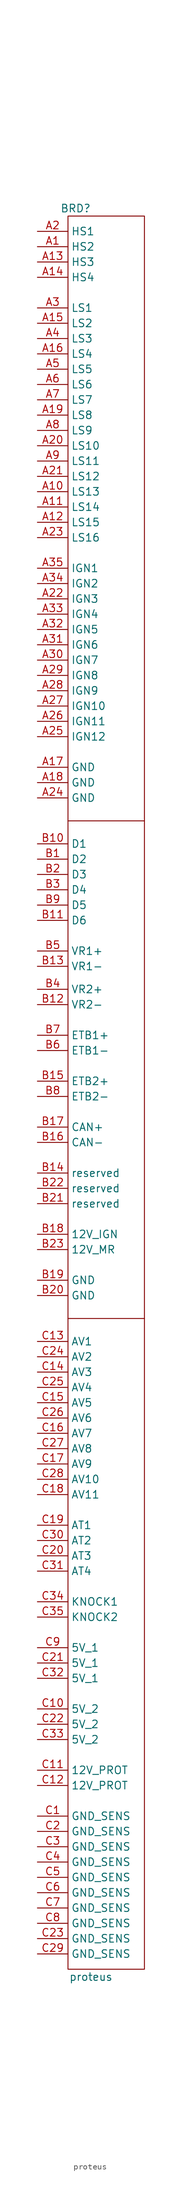
<source format=kicad_sym>
(kicad_symbol_lib
  (version 20210619)
  (generator kicad_symbol_editor)
  (symbol "proteus:proteus"
    (property "Reference" "BRD"
      (at 1.27 1.27 0)
      (effects (font (size 1.27 1.27))))
    (property "Value" "proteus"
      (at 3.81 -292.1 0)
      (effects (font (size 1.27 1.27))))
    (symbol "proteus_0_1"
      (rectangle (start 0 0) (end 12.7 -290.83) (stroke (width 0.152)) (fill (type none)))
      (polyline (pts (xy 0 -182.88) (xy 12.7 -182.88)) (stroke (width 0.152)) (fill (type none)))
      (polyline (pts (xy 0 -100.33) (xy 12.7 -100.33)) (stroke (width 0.152)) (fill (type none))))
    (symbol "proteus_1_1"
      (pin passive line (at -5.08 -5.08 0) (length 5.08) (name "HS2" (effects (font (size 1.27 1.27)))) (number "A1" (effects (font (size 1.27 1.27)))))
      (pin passive line (at -5.08 -45.72 0) (length 5.08) (name "LS13" (effects (font (size 1.27 1.27)))) (number "A10" (effects (font (size 1.27 1.27)))))
      (pin passive line (at -5.08 -48.26 0) (length 5.08) (name "LS14" (effects (font (size 1.27 1.27)))) (number "A11" (effects (font (size 1.27 1.27)))))
      (pin passive line (at -5.08 -50.8 0) (length 5.08) (name "LS15" (effects (font (size 1.27 1.27)))) (number "A12" (effects (font (size 1.27 1.27)))))
      (pin passive line (at -5.08 -7.62 0) (length 5.08) (name "HS3" (effects (font (size 1.27 1.27)))) (number "A13" (effects (font (size 1.27 1.27)))))
      (pin passive line (at -5.08 -10.16 0) (length 5.08) (name "HS4" (effects (font (size 1.27 1.27)))) (number "A14" (effects (font (size 1.27 1.27)))))
      (pin passive line (at -5.08 -17.78 0) (length 5.08) (name "LS2" (effects (font (size 1.27 1.27)))) (number "A15" (effects (font (size 1.27 1.27)))))
      (pin passive line (at -5.08 -22.86 0) (length 5.08) (name "LS4" (effects (font (size 1.27 1.27)))) (number "A16" (effects (font (size 1.27 1.27)))))
      (pin passive line (at -5.08 -91.44 0) (length 5.08) (name "GND" (effects (font (size 1.27 1.27)))) (number "A17" (effects (font (size 1.27 1.27)))))
      (pin passive line (at -5.08 -93.98 0) (length 5.08) (name "GND" (effects (font (size 1.27 1.27)))) (number "A18" (effects (font (size 1.27 1.27)))))
      (pin passive line (at -5.08 -33.02 0) (length 5.08) (name "LS8" (effects (font (size 1.27 1.27)))) (number "A19" (effects (font (size 1.27 1.27)))))
      (pin passive line (at -5.08 -2.54 0) (length 5.08) (name "HS1" (effects (font (size 1.27 1.27)))) (number "A2" (effects (font (size 1.27 1.27)))))
      (pin passive line (at -5.08 -38.1 0) (length 5.08) (name "LS10" (effects (font (size 1.27 1.27)))) (number "A20" (effects (font (size 1.27 1.27)))))
      (pin passive line (at -5.08 -43.18 0) (length 5.08) (name "LS12" (effects (font (size 1.27 1.27)))) (number "A21" (effects (font (size 1.27 1.27)))))
      (pin passive line (at -5.08 -63.5 0) (length 5.08) (name "IGN3" (effects (font (size 1.27 1.27)))) (number "A22" (effects (font (size 1.27 1.27)))))
      (pin passive line (at -5.08 -53.34 0) (length 5.08) (name "LS16" (effects (font (size 1.27 1.27)))) (number "A23" (effects (font (size 1.27 1.27)))))
      (pin passive line (at -5.08 -96.52 0) (length 5.08) (name "GND" (effects (font (size 1.27 1.27)))) (number "A24" (effects (font (size 1.27 1.27)))))
      (pin passive line (at -5.08 -86.36 0) (length 5.08) (name "IGN12" (effects (font (size 1.27 1.27)))) (number "A25" (effects (font (size 1.27 1.27)))))
      (pin passive line (at -5.08 -83.82 0) (length 5.08) (name "IGN11" (effects (font (size 1.27 1.27)))) (number "A26" (effects (font (size 1.27 1.27)))))
      (pin passive line (at -5.08 -81.28 0) (length 5.08) (name "IGN10" (effects (font (size 1.27 1.27)))) (number "A27" (effects (font (size 1.27 1.27)))))
      (pin passive line (at -5.08 -78.74 0) (length 5.08) (name "IGN9" (effects (font (size 1.27 1.27)))) (number "A28" (effects (font (size 1.27 1.27)))))
      (pin passive line (at -5.08 -76.2 0) (length 5.08) (name "IGN8" (effects (font (size 1.27 1.27)))) (number "A29" (effects (font (size 1.27 1.27)))))
      (pin passive line (at -5.08 -15.24 0) (length 5.08) (name "LS1" (effects (font (size 1.27 1.27)))) (number "A3" (effects (font (size 1.27 1.27)))))
      (pin passive line (at -5.08 -73.66 0) (length 5.08) (name "IGN7" (effects (font (size 1.27 1.27)))) (number "A30" (effects (font (size 1.27 1.27)))))
      (pin passive line (at -5.08 -71.12 0) (length 5.08) (name "IGN6" (effects (font (size 1.27 1.27)))) (number "A31" (effects (font (size 1.27 1.27)))))
      (pin passive line (at -5.08 -68.58 0) (length 5.08) (name "IGN5" (effects (font (size 1.27 1.27)))) (number "A32" (effects (font (size 1.27 1.27)))))
      (pin passive line (at -5.08 -66.04 0) (length 5.08) (name "IGN4" (effects (font (size 1.27 1.27)))) (number "A33" (effects (font (size 1.27 1.27)))))
      (pin passive line (at -5.08 -60.96 0) (length 5.08) (name "IGN2" (effects (font (size 1.27 1.27)))) (number "A34" (effects (font (size 1.27 1.27)))))
      (pin passive line (at -5.08 -58.42 0) (length 5.08) (name "IGN1" (effects (font (size 1.27 1.27)))) (number "A35" (effects (font (size 1.27 1.27)))))
      (pin passive line (at -5.08 -20.32 0) (length 5.08) (name "LS3" (effects (font (size 1.27 1.27)))) (number "A4" (effects (font (size 1.27 1.27)))))
      (pin passive line (at -5.08 -25.4 0) (length 5.08) (name "LS5" (effects (font (size 1.27 1.27)))) (number "A5" (effects (font (size 1.27 1.27)))))
      (pin passive line (at -5.08 -27.94 0) (length 5.08) (name "LS6" (effects (font (size 1.27 1.27)))) (number "A6" (effects (font (size 1.27 1.27)))))
      (pin passive line (at -5.08 -30.48 0) (length 5.08) (name "LS7" (effects (font (size 1.27 1.27)))) (number "A7" (effects (font (size 1.27 1.27)))))
      (pin passive line (at -5.08 -35.56 0) (length 5.08) (name "LS9" (effects (font (size 1.27 1.27)))) (number "A8" (effects (font (size 1.27 1.27)))))
      (pin passive line (at -5.08 -40.64 0) (length 5.08) (name "LS11" (effects (font (size 1.27 1.27)))) (number "A9" (effects (font (size 1.27 1.27)))))
      (pin passive line (at -5.08 -106.68 0) (length 5.08) (name "D2" (effects (font (size 1.27 1.27)))) (number "B1" (effects (font (size 1.27 1.27)))))
      (pin passive line (at -5.08 -104.14 0) (length 5.08) (name "D1" (effects (font (size 1.27 1.27)))) (number "B10" (effects (font (size 1.27 1.27)))))
      (pin passive line (at -5.08 -116.84 0) (length 5.08) (name "D6" (effects (font (size 1.27 1.27)))) (number "B11" (effects (font (size 1.27 1.27)))))
      (pin passive line (at -5.08 -130.81 0) (length 5.08) (name "VR2-" (effects (font (size 1.27 1.27)))) (number "B12" (effects (font (size 1.27 1.27)))))
      (pin passive line (at -5.08 -124.46 0) (length 5.08) (name "VR1-" (effects (font (size 1.27 1.27)))) (number "B13" (effects (font (size 1.27 1.27)))))
      (pin passive line (at -5.08 -158.75 0) (length 5.08) (name "reserved" (effects (font (size 1.27 1.27)))) (number "B14" (effects (font (size 1.27 1.27)))))
      (pin passive line (at -5.08 -143.51 0) (length 5.08) (name "ETB2+" (effects (font (size 1.27 1.27)))) (number "B15" (effects (font (size 1.27 1.27)))))
      (pin passive line (at -5.08 -153.67 0) (length 5.08) (name "CAN-" (effects (font (size 1.27 1.27)))) (number "B16" (effects (font (size 1.27 1.27)))))
      (pin passive line (at -5.08 -151.13 0) (length 5.08) (name "CAN+" (effects (font (size 1.27 1.27)))) (number "B17" (effects (font (size 1.27 1.27)))))
      (pin passive line (at -5.08 -168.91 0) (length 5.08) (name "12V_IGN" (effects (font (size 1.27 1.27)))) (number "B18" (effects (font (size 1.27 1.27)))))
      (pin passive line (at -5.08 -176.53 0) (length 5.08) (name "GND" (effects (font (size 1.27 1.27)))) (number "B19" (effects (font (size 1.27 1.27)))))
      (pin passive line (at -5.08 -109.22 0) (length 5.08) (name "D3" (effects (font (size 1.27 1.27)))) (number "B2" (effects (font (size 1.27 1.27)))))
      (pin passive line (at -5.08 -179.07 0) (length 5.08) (name "GND" (effects (font (size 1.27 1.27)))) (number "B20" (effects (font (size 1.27 1.27)))))
      (pin passive line (at -5.08 -163.83 0) (length 5.08) (name "reserved" (effects (font (size 1.27 1.27)))) (number "B21" (effects (font (size 1.27 1.27)))))
      (pin passive line (at -5.08 -161.29 0) (length 5.08) (name "reserved" (effects (font (size 1.27 1.27)))) (number "B22" (effects (font (size 1.27 1.27)))))
      (pin passive line (at -5.08 -171.45 0) (length 5.08) (name "12V_MR" (effects (font (size 1.27 1.27)))) (number "B23" (effects (font (size 1.27 1.27)))))
      (pin passive line (at -5.08 -111.76 0) (length 5.08) (name "D4" (effects (font (size 1.27 1.27)))) (number "B3" (effects (font (size 1.27 1.27)))))
      (pin passive line (at -5.08 -128.27 0) (length 5.08) (name "VR2+" (effects (font (size 1.27 1.27)))) (number "B4" (effects (font (size 1.27 1.27)))))
      (pin passive line (at -5.08 -121.92 0) (length 5.08) (name "VR1+" (effects (font (size 1.27 1.27)))) (number "B5" (effects (font (size 1.27 1.27)))))
      (pin passive line (at -5.08 -138.43 0) (length 5.08) (name "ETB1-" (effects (font (size 1.27 1.27)))) (number "B6" (effects (font (size 1.27 1.27)))))
      (pin passive line (at -5.08 -135.89 0) (length 5.08) (name "ETB1+" (effects (font (size 1.27 1.27)))) (number "B7" (effects (font (size 1.27 1.27)))))
      (pin passive line (at -5.08 -146.05 0) (length 5.08) (name "ETB2-" (effects (font (size 1.27 1.27)))) (number "B8" (effects (font (size 1.27 1.27)))))
      (pin passive line (at -5.08 -114.3 0) (length 5.08) (name "D5" (effects (font (size 1.27 1.27)))) (number "B9" (effects (font (size 1.27 1.27)))))
      (pin passive line (at -5.08 -265.43 0) (length 5.08) (name "GND_SENS" (effects (font (size 1.27 1.27)))) (number "C1" (effects (font (size 1.27 1.27)))))
      (pin passive line (at -5.08 -247.65 0) (length 5.08) (name "5V_2" (effects (font (size 1.27 1.27)))) (number "C10" (effects (font (size 1.27 1.27)))))
      (pin passive line (at -5.08 -257.81 0) (length 5.08) (name "12V_PROT" (effects (font (size 1.27 1.27)))) (number "C11" (effects (font (size 1.27 1.27)))))
      (pin passive line (at -5.08 -260.35 0) (length 5.08) (name "12V_PROT" (effects (font (size 1.27 1.27)))) (number "C12" (effects (font (size 1.27 1.27)))))
      (pin passive line (at -5.08 -186.69 0) (length 5.08) (name "AV1" (effects (font (size 1.27 1.27)))) (number "C13" (effects (font (size 1.27 1.27)))))
      (pin passive line (at -5.08 -191.77 0) (length 5.08) (name "AV3" (effects (font (size 1.27 1.27)))) (number "C14" (effects (font (size 1.27 1.27)))))
      (pin passive line (at -5.08 -196.85 0) (length 5.08) (name "AV5" (effects (font (size 1.27 1.27)))) (number "C15" (effects (font (size 1.27 1.27)))))
      (pin passive line (at -5.08 -201.93 0) (length 5.08) (name "AV7" (effects (font (size 1.27 1.27)))) (number "C16" (effects (font (size 1.27 1.27)))))
      (pin passive line (at -5.08 -207.01 0) (length 5.08) (name "AV9" (effects (font (size 1.27 1.27)))) (number "C17" (effects (font (size 1.27 1.27)))))
      (pin passive line (at -5.08 -212.09 0) (length 5.08) (name "AV11" (effects (font (size 1.27 1.27)))) (number "C18" (effects (font (size 1.27 1.27)))))
      (pin passive line (at -5.08 -217.17 0) (length 5.08) (name "AT1" (effects (font (size 1.27 1.27)))) (number "C19" (effects (font (size 1.27 1.27)))))
      (pin passive line (at -5.08 -267.97 0) (length 5.08) (name "GND_SENS" (effects (font (size 1.27 1.27)))) (number "C2" (effects (font (size 1.27 1.27)))))
      (pin passive line (at -5.08 -222.25 0) (length 5.08) (name "AT3" (effects (font (size 1.27 1.27)))) (number "C20" (effects (font (size 1.27 1.27)))))
      (pin passive line (at -5.08 -240.03 0) (length 5.08) (name "5V_1" (effects (font (size 1.27 1.27)))) (number "C21" (effects (font (size 1.27 1.27)))))
      (pin passive line (at -5.08 -250.19 0) (length 5.08) (name "5V_2" (effects (font (size 1.27 1.27)))) (number "C22" (effects (font (size 1.27 1.27)))))
      (pin passive line (at -5.08 -285.75 0) (length 5.08) (name "GND_SENS" (effects (font (size 1.27 1.27)))) (number "C23" (effects (font (size 1.27 1.27)))))
      (pin passive line (at -5.08 -189.23 0) (length 5.08) (name "AV2" (effects (font (size 1.27 1.27)))) (number "C24" (effects (font (size 1.27 1.27)))))
      (pin passive line (at -5.08 -194.31 0) (length 5.08) (name "AV4" (effects (font (size 1.27 1.27)))) (number "C25" (effects (font (size 1.27 1.27)))))
      (pin passive line (at -5.08 -199.39 0) (length 5.08) (name "AV6" (effects (font (size 1.27 1.27)))) (number "C26" (effects (font (size 1.27 1.27)))))
      (pin passive line (at -5.08 -204.47 0) (length 5.08) (name "AV8" (effects (font (size 1.27 1.27)))) (number "C27" (effects (font (size 1.27 1.27)))))
      (pin passive line (at -5.08 -209.55 0) (length 5.08) (name "AV10" (effects (font (size 1.27 1.27)))) (number "C28" (effects (font (size 1.27 1.27)))))
      (pin passive line (at -5.08 -288.29 0) (length 5.08) (name "GND_SENS" (effects (font (size 1.27 1.27)))) (number "C29" (effects (font (size 1.27 1.27)))))
      (pin passive line (at -5.08 -270.51 0) (length 5.08) (name "GND_SENS" (effects (font (size 1.27 1.27)))) (number "C3" (effects (font (size 1.27 1.27)))))
      (pin passive line (at -5.08 -219.71 0) (length 5.08) (name "AT2" (effects (font (size 1.27 1.27)))) (number "C30" (effects (font (size 1.27 1.27)))))
      (pin passive line (at -5.08 -224.79 0) (length 5.08) (name "AT4" (effects (font (size 1.27 1.27)))) (number "C31" (effects (font (size 1.27 1.27)))))
      (pin passive line (at -5.08 -242.57 0) (length 5.08) (name "5V_1" (effects (font (size 1.27 1.27)))) (number "C32" (effects (font (size 1.27 1.27)))))
      (pin passive line (at -5.08 -252.73 0) (length 5.08) (name "5V_2" (effects (font (size 1.27 1.27)))) (number "C33" (effects (font (size 1.27 1.27)))))
      (pin passive line (at -5.08 -229.87 0) (length 5.08) (name "KNOCK1" (effects (font (size 1.27 1.27)))) (number "C34" (effects (font (size 1.27 1.27)))))
      (pin passive line (at -5.08 -232.41 0) (length 5.08) (name "KNOCK2" (effects (font (size 1.27 1.27)))) (number "C35" (effects (font (size 1.27 1.27)))))
      (pin passive line (at -5.08 -273.05 0) (length 5.08) (name "GND_SENS" (effects (font (size 1.27 1.27)))) (number "C4" (effects (font (size 1.27 1.27)))))
      (pin passive line (at -5.08 -275.59 0) (length 5.08) (name "GND_SENS" (effects (font (size 1.27 1.27)))) (number "C5" (effects (font (size 1.27 1.27)))))
      (pin passive line (at -5.08 -278.13 0) (length 5.08) (name "GND_SENS" (effects (font (size 1.27 1.27)))) (number "C6" (effects (font (size 1.27 1.27)))))
      (pin passive line (at -5.08 -280.67 0) (length 5.08) (name "GND_SENS" (effects (font (size 1.27 1.27)))) (number "C7" (effects (font (size 1.27 1.27)))))
      (pin passive line (at -5.08 -283.21 0) (length 5.08) (name "GND_SENS" (effects (font (size 1.27 1.27)))) (number "C8" (effects (font (size 1.27 1.27)))))
      (pin passive line (at -5.08 -237.49 0) (length 5.08) (name "5V_1" (effects (font (size 1.27 1.27)))) (number "C9" (effects (font (size 1.27 1.27))))))))
</source>
